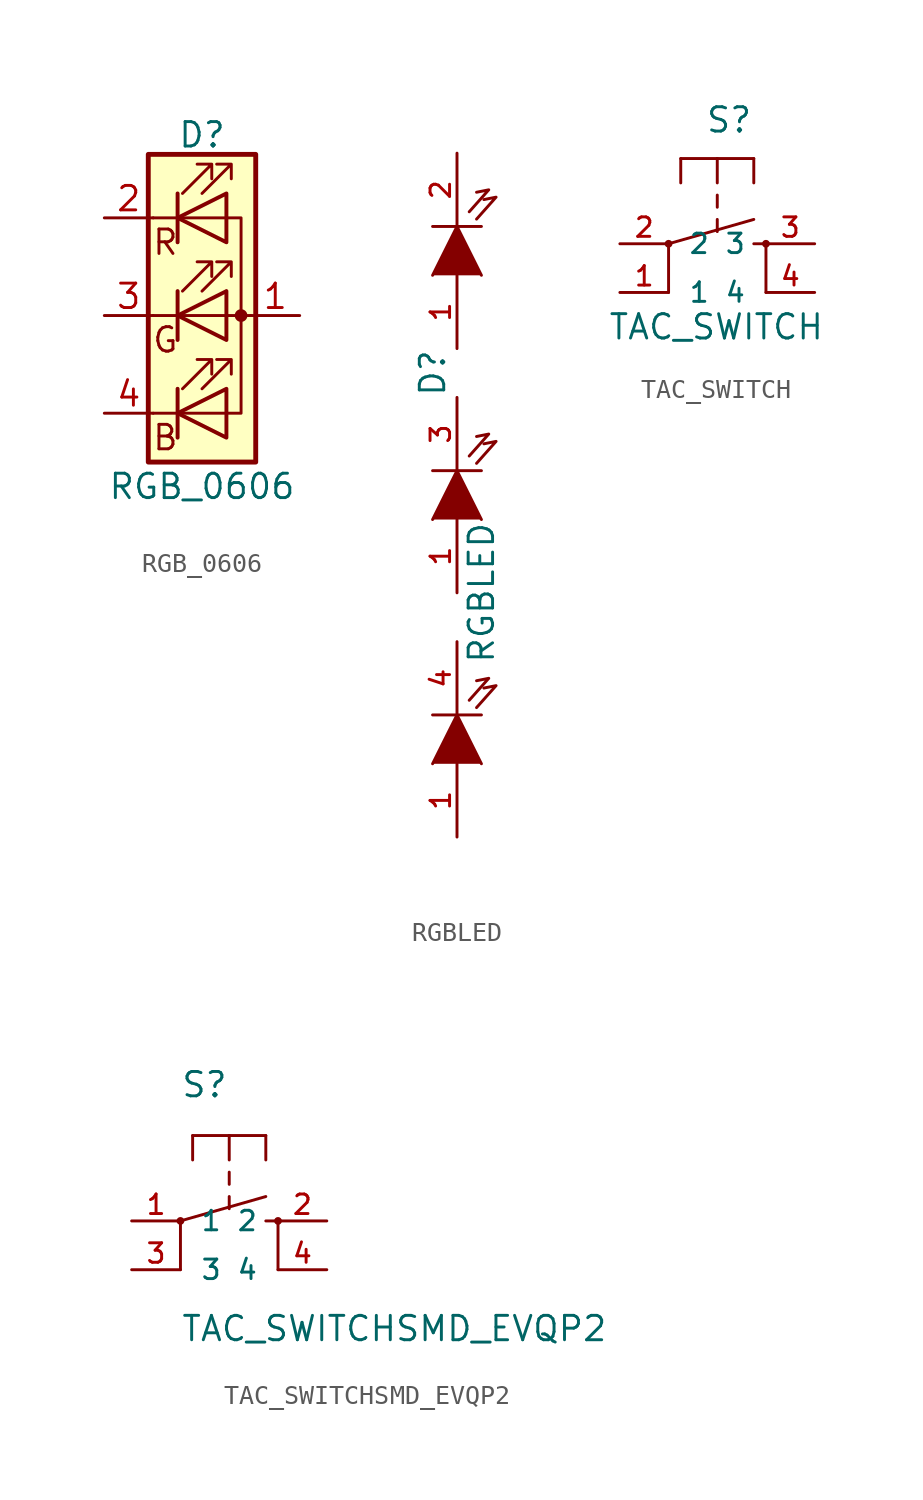
<source format=kicad_sym>
(kicad_symbol_lib
  (version 20201005)
  (generator kicad_symbol_editor)
  (symbol "RGB_0606"
    (pin_names
      (offset 0) hide)
    (property "Reference" "D"
      (at 0 9.398 0)
      (effects (font (size 1.27 1.27))))
    (property "Value" "RGB_0606"
      (at 0 -8.89 0)
      (effects (font (size 1.27 1.27))))
    (symbol "RGB_0606_0_0"
      (text "B" (at -1.905 -6.35 0) (effects (font (size 1.27 1.27))))
      (text "G" (at -1.905 -1.27 0) (effects (font (size 1.27 1.27))))
      (text "R" (at -1.905 3.81 0) (effects (font (size 1.27 1.27)))))
    (symbol "RGB_0606_0_1"
      (circle (center 2.032 0) (radius 0.254) (stroke (width 0)) (fill (type outline)))
      (rectangle (start 1.27 -1.27) (end 1.27 1.27) (stroke (width 0)) (fill (type none)))
      (rectangle (start 1.27 1.27) (end 1.27 1.27) (stroke (width 0)) (fill (type none)))
      (rectangle (start 1.27 3.81) (end 1.27 6.35) (stroke (width 0)) (fill (type none)))
      (rectangle (start 1.27 6.35) (end 1.27 6.35) (stroke (width 0)) (fill (type none)))
      (rectangle (start 2.794 8.382) (end -2.794 -7.62) (stroke (width 0.254)) (fill (type background)))
      (polyline (pts (xy -1.27 -5.08) (xy -2.54 -5.08)) (stroke (width 0)) (fill (type none)))
      (polyline (pts (xy -1.27 -5.08) (xy 1.27 -5.08)) (stroke (width 0)) (fill (type none)))
      (polyline (pts (xy -1.27 -3.81) (xy -1.27 -6.35)) (stroke (width 0)) (fill (type none)))
      (polyline (pts (xy -1.27 -3.81) (xy -1.27 -6.35)) (stroke (width 0.203)) (fill (type none)))
      (polyline (pts (xy -1.27 0) (xy -2.54 0)) (stroke (width 0)) (fill (type none)))
      (polyline (pts (xy -1.27 0) (xy 1.27 0)) (stroke (width 0)) (fill (type none)))
      (polyline (pts (xy -1.27 1.27) (xy -1.27 -1.27)) (stroke (width 0.203)) (fill (type none)))
      (polyline (pts (xy -1.27 5.08) (xy -2.54 5.08)) (stroke (width 0)) (fill (type none)))
      (polyline (pts (xy -1.27 6.35) (xy -1.27 3.81)) (stroke (width 0.203)) (fill (type none)))
      (polyline (pts (xy 1.27 0) (xy 2.54 0)) (stroke (width 0)) (fill (type none)))
      (polyline (pts (xy 1.27 5.08) (xy -1.27 5.08)) (stroke (width 0)) (fill (type none)))
      (polyline (pts (xy -1.27 1.27) (xy -1.27 -1.27) (xy -1.27 -1.27)) (stroke (width 0)) (fill (type none)))
      (polyline (pts (xy -1.27 6.35) (xy -1.27 3.81) (xy -1.27 3.81)) (stroke (width 0)) (fill (type none)))
      (polyline (pts (xy 1.27 -5.08) (xy 2.032 -5.08) (xy 2.032 5.08) (xy 1.27 5.08)) (stroke (width 0)) (fill (type none)))
      (polyline (pts (xy 1.27 -3.81) (xy 1.27 -6.35) (xy -1.27 -5.08) (xy 1.27 -3.81)) (stroke (width 0.203)) (fill (type none)))
      (polyline (pts (xy 1.27 1.27) (xy 1.27 -1.27) (xy -1.27 0) (xy 1.27 1.27)) (stroke (width 0.203)) (fill (type none)))
      (polyline (pts (xy 1.27 6.35) (xy 1.27 3.81) (xy -1.27 5.08) (xy 1.27 6.35)) (stroke (width 0.203)) (fill (type none)))
      (polyline (pts (xy -1.016 -3.81) (xy 0.508 -2.286) (xy -0.254 -2.286) (xy 0.508 -2.286) (xy 0.508 -3.048)) (stroke (width 0)) (fill (type none)))
      (polyline (pts (xy -1.016 1.27) (xy 0.508 2.794) (xy -0.254 2.794) (xy 0.508 2.794) (xy 0.508 2.032)) (stroke (width 0)) (fill (type none)))
      (polyline (pts (xy -1.016 6.35) (xy 0.508 7.874) (xy -0.254 7.874) (xy 0.508 7.874) (xy 0.508 7.112)) (stroke (width 0)) (fill (type none)))
      (polyline (pts (xy 0 -3.81) (xy 1.524 -2.286) (xy 0.762 -2.286) (xy 1.524 -2.286) (xy 1.524 -3.048)) (stroke (width 0)) (fill (type none)))
      (polyline (pts (xy 0 1.27) (xy 1.524 2.794) (xy 0.762 2.794) (xy 1.524 2.794) (xy 1.524 2.032)) (stroke (width 0)) (fill (type none)))
      (polyline (pts (xy 0 6.35) (xy 1.524 7.874) (xy 0.762 7.874) (xy 1.524 7.874) (xy 1.524 7.112)) (stroke (width 0)) (fill (type none))))
    (symbol "RGB_0606_1_1"
      (pin passive line (at 5.08 0 180) (length 2.54) (name "A" (effects (font (size 1.27 1.27)))) (number "1" (effects (font (size 1.27 1.27)))))
      (pin passive line (at -5.08 5.08 0) (length 2.54) (name "RK" (effects (font (size 1.27 1.27)))) (number "2" (effects (font (size 1.27 1.27)))))
      (pin passive line (at -5.08 0 0) (length 2.54) (name "GK" (effects (font (size 1.27 1.27)))) (number "3" (effects (font (size 1.27 1.27)))))
      (pin passive line (at -5.08 -5.08 0) (length 2.54) (name "BK" (effects (font (size 1.27 1.27)))) (number "4" (effects (font (size 1.27 1.27)))))))
  (symbol "RGBLED"
    (pin_names
      (offset 1.016) hide)
    (property "Reference" "D"
      (at -1.27 6.35 90)
      (effects (font (size 1.27 1.27))))
    (property "Value" "RGBLED"
      (at 1.27 -5.08 90)
      (effects (font (size 1.27 1.27))))
    (property "Footprint" ""
      (at 0 12.7 90)
      (effects (font (size 1.524 1.524))))
    (property "Datasheet" ""
      (at 0 12.7 90)
      (effects (font (size 1.524 1.524))))
    (symbol "RGBLED_0_1"
      (polyline (pts (xy -1.27 -11.43) (xy 1.27 -11.43)) (stroke (width 0)) (fill (type none)))
      (polyline (pts (xy -1.27 1.27) (xy 1.27 1.27)) (stroke (width 0)) (fill (type none)))
      (polyline (pts (xy -1.27 13.97) (xy 1.27 13.97)) (stroke (width 0)) (fill (type none)))
      (polyline (pts (xy 0.635 -10.668) (xy 1.651 -9.525) (xy 1.016 -9.652)) (stroke (width 0)) (fill (type none)))
      (polyline (pts (xy 0.635 2.032) (xy 1.651 3.175) (xy 1.016 3.048)) (stroke (width 0)) (fill (type none)))
      (polyline (pts (xy 0.635 14.732) (xy 1.651 15.875) (xy 1.016 15.748)) (stroke (width 0)) (fill (type none)))
      (polyline (pts (xy 1.016 -11.049) (xy 2.032 -9.906) (xy 1.397 -10.033)) (stroke (width 0)) (fill (type none)))
      (polyline (pts (xy 1.016 1.651) (xy 2.032 2.794) (xy 1.397 2.667)) (stroke (width 0)) (fill (type none)))
      (polyline (pts (xy 1.016 14.351) (xy 2.032 15.494) (xy 1.397 15.367)) (stroke (width 0)) (fill (type none)))
      (polyline (pts (xy -1.27 -13.97) (xy 0 -11.43) (xy 1.27 -13.97)) (stroke (width 0)) (fill (type outline)))
      (polyline (pts (xy -1.27 -1.27) (xy 0 1.27) (xy 1.27 -1.27)) (stroke (width 0)) (fill (type outline)))
      (polyline (pts (xy -1.27 11.43) (xy 0 13.97) (xy 1.27 11.43)) (stroke (width 0)) (fill (type outline))))
    (symbol "RGBLED_1_1"
      (pin passive line (at 0 -17.78 90) (length 3.81) (name "A" (effects (font (size 1.016 1.016)))) (number "1" (effects (font (size 1.016 1.016)))))
      (pin passive line (at 0 -5.08 90) (length 3.81) (name "A" (effects (font (size 1.016 1.016)))) (number "1" (effects (font (size 1.016 1.016)))))
      (pin passive line (at 0 7.62 90) (length 3.81) (name "A" (effects (font (size 1.016 1.016)))) (number "1" (effects (font (size 1.016 1.016)))))
      (pin passive line (at 0 17.78 270) (length 3.81) (name "K" (effects (font (size 1.016 1.016)))) (number "2" (effects (font (size 1.016 1.016)))))
      (pin passive line (at 0 5.08 270) (length 3.81) (name "K" (effects (font (size 1.016 1.016)))) (number "3" (effects (font (size 1.016 1.016)))))
      (pin passive line (at 0 -7.62 270) (length 3.81) (name "K" (effects (font (size 1.016 1.016)))) (number "4" (effects (font (size 1.016 1.016)))))))
  (symbol "TAC_SWITCH"
    (pin_names
      (offset 1.016))
    (property "Reference" "S"
      (at -0.635 5.715 0)
      (effects (font (size 1.27 1.27)) (justify left bottom)))
    (property "Value" "TAC_SWITCH"
      (at -5.715 -5.08 0)
      (effects (font (size 1.27 1.27)) (justify left bottom)))
    (property "Datasheet" ""
      (at 0 0 0)
      (effects (font (size 1.524 1.524))))
    (property "ki_locked" ""
      (at 0 0 0)
      (effects (font (size 1.27 1.27))))
    (symbol "TAC_SWITCH_1_0"
      (polyline (pts (xy -2.54 -2.54) (xy -2.54 0)) (stroke (width 0)) (fill (type none)))
      (polyline (pts (xy -2.54 0) (xy 1.905 1.27)) (stroke (width 0)) (fill (type none)))
      (polyline (pts (xy -1.905 4.445) (xy -1.905 3.175)) (stroke (width 0)) (fill (type none)))
      (polyline (pts (xy 0 1.27) (xy 0 0.635)) (stroke (width 0)) (fill (type none)))
      (polyline (pts (xy 0 2.54) (xy 0 1.905)) (stroke (width 0)) (fill (type none)))
      (polyline (pts (xy 0 4.445) (xy -1.905 4.445)) (stroke (width 0)) (fill (type none)))
      (polyline (pts (xy 0 4.445) (xy 0 3.175)) (stroke (width 0)) (fill (type none)))
      (polyline (pts (xy 1.905 0) (xy 2.54 0)) (stroke (width 0)) (fill (type none)))
      (polyline (pts (xy 1.905 4.445) (xy 0 4.445)) (stroke (width 0)) (fill (type none)))
      (polyline (pts (xy 1.905 4.445) (xy 1.905 3.175)) (stroke (width 0)) (fill (type none)))
      (polyline (pts (xy 2.54 -2.54) (xy 2.54 0)) (stroke (width 0)) (fill (type none))))
    (symbol "TAC_SWITCH_1_1"
      (circle (center -2.54 0) (radius 0.127) (stroke (width 0)) (fill (type outline)))
      (circle (center 2.54 0) (radius 0.127) (stroke (width 0)) (fill (type outline)))
      (pin passive line (at -5.08 -2.54 0) (length 2.54) (name "1" (effects (font (size 1.016 1.016)))) (number "1" (effects (font (size 1.016 1.016)))))
      (pin passive line (at -5.08 0 0) (length 2.54) (name "2" (effects (font (size 1.016 1.016)))) (number "2" (effects (font (size 1.016 1.016)))))
      (pin passive line (at 5.08 0 180) (length 2.54) (name "3" (effects (font (size 1.016 1.016)))) (number "3" (effects (font (size 1.016 1.016)))))
      (pin passive line (at 5.08 -2.54 180) (length 2.54) (name "4" (effects (font (size 1.016 1.016)))) (number "4" (effects (font (size 1.016 1.016)))))))
  (symbol "TAC_SWITCHSMD_EVQP2"
    (pin_names
      (offset 1.016))
    (property "Reference" "S"
      (at -2.54 6.35 0)
      (effects (font (size 1.27 1.27)) (justify left bottom)))
    (property "Value" "TAC_SWITCHSMD_EVQP2"
      (at -2.54 -6.35 0)
      (effects (font (size 1.27 1.27)) (justify left bottom)))
    (property "Datasheet" ""
      (at 0 0 0)
      (effects (font (size 1.524 1.524))))
    (property "ki_locked" ""
      (at 0 0 0)
      (effects (font (size 1.27 1.27))))
    (symbol "TAC_SWITCHSMD_EVQP2_1_0"
      (polyline (pts (xy -2.54 -2.54) (xy -2.54 0)) (stroke (width 0)) (fill (type none)))
      (polyline (pts (xy -2.54 0) (xy 1.905 1.27)) (stroke (width 0)) (fill (type none)))
      (polyline (pts (xy -1.905 4.445) (xy -1.905 3.175)) (stroke (width 0)) (fill (type none)))
      (polyline (pts (xy 0 1.27) (xy 0 0.635)) (stroke (width 0)) (fill (type none)))
      (polyline (pts (xy 0 2.54) (xy 0 1.905)) (stroke (width 0)) (fill (type none)))
      (polyline (pts (xy 0 4.445) (xy -1.905 4.445)) (stroke (width 0)) (fill (type none)))
      (polyline (pts (xy 0 4.445) (xy 0 3.175)) (stroke (width 0)) (fill (type none)))
      (polyline (pts (xy 1.905 0) (xy 2.54 0)) (stroke (width 0)) (fill (type none)))
      (polyline (pts (xy 1.905 4.445) (xy 0 4.445)) (stroke (width 0)) (fill (type none)))
      (polyline (pts (xy 1.905 4.445) (xy 1.905 3.175)) (stroke (width 0)) (fill (type none)))
      (polyline (pts (xy 2.54 -2.54) (xy 2.54 0)) (stroke (width 0)) (fill (type none))))
    (symbol "TAC_SWITCHSMD_EVQP2_1_1"
      (circle (center -2.54 0) (radius 0.127) (stroke (width 0)) (fill (type outline)))
      (circle (center 2.54 0) (radius 0.127) (stroke (width 0)) (fill (type outline)))
      (pin passive line (at -5.08 0 0) (length 2.54) (name "1" (effects (font (size 1.016 1.016)))) (number "1" (effects (font (size 1.016 1.016)))))
      (pin passive line (at 5.08 0 180) (length 2.54) (name "2" (effects (font (size 1.016 1.016)))) (number "2" (effects (font (size 1.016 1.016)))))
      (pin passive line (at -5.08 -2.54 0) (length 2.54) (name "3" (effects (font (size 1.016 1.016)))) (number "3" (effects (font (size 1.016 1.016)))))
      (pin passive line (at 5.08 -2.54 180) (length 2.54) (name "4" (effects (font (size 1.016 1.016)))) (number "4" (effects (font (size 1.016 1.016))))))))
</source>
